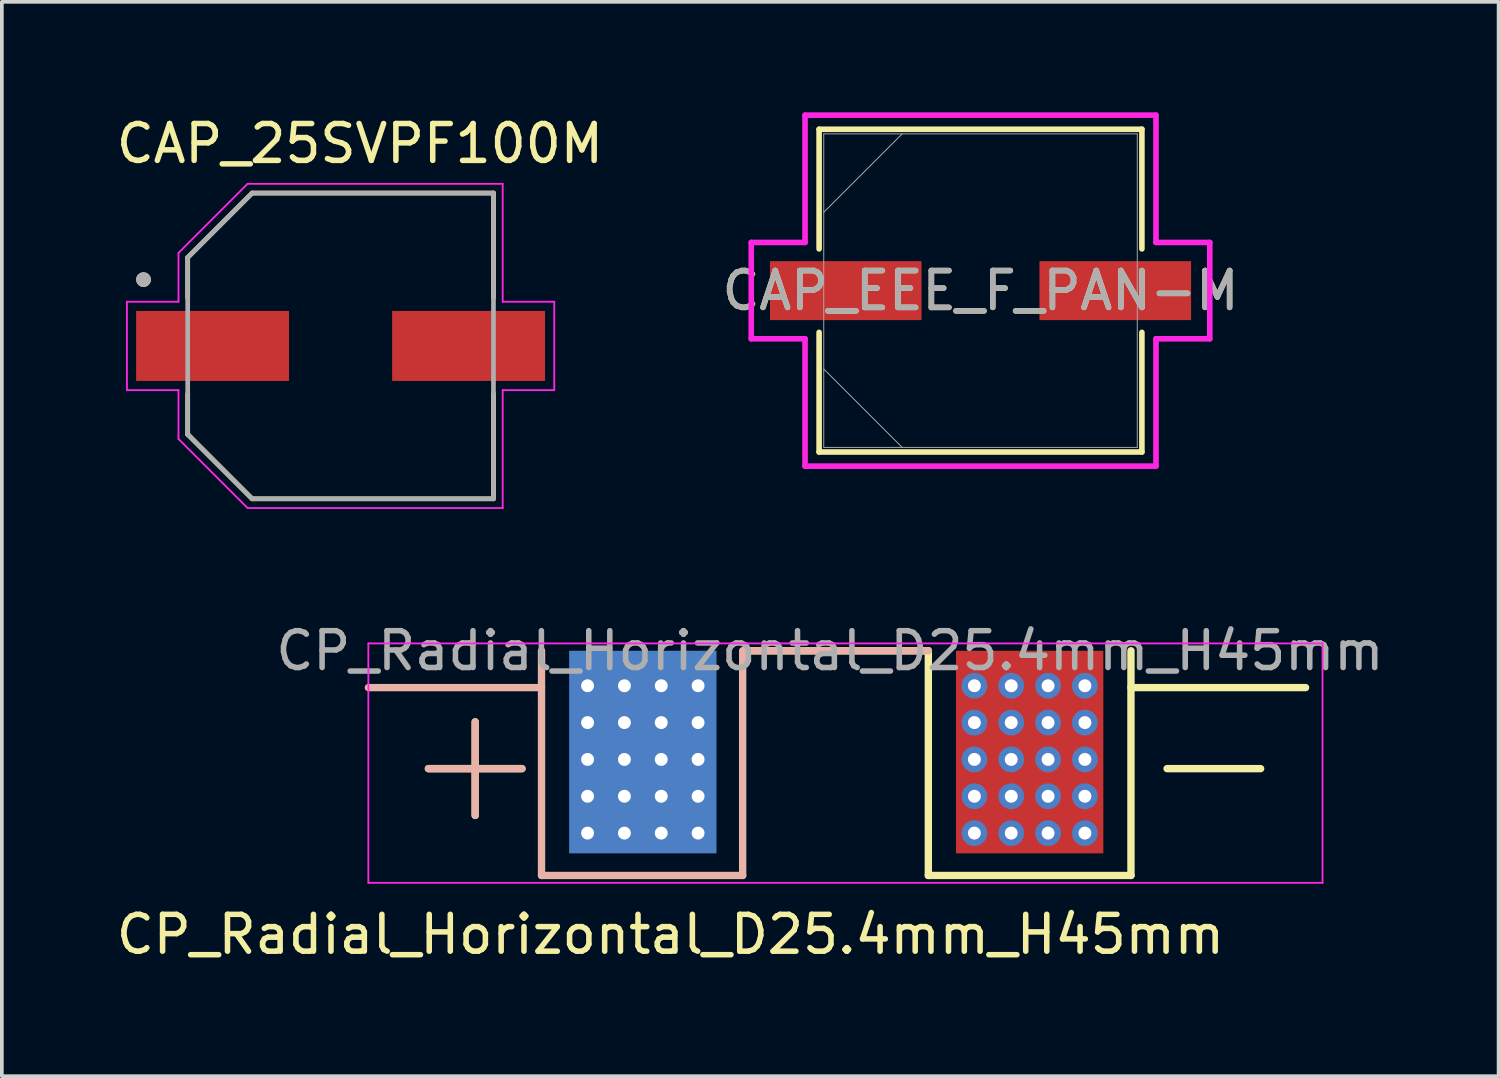
<source format=kicad_pcb>
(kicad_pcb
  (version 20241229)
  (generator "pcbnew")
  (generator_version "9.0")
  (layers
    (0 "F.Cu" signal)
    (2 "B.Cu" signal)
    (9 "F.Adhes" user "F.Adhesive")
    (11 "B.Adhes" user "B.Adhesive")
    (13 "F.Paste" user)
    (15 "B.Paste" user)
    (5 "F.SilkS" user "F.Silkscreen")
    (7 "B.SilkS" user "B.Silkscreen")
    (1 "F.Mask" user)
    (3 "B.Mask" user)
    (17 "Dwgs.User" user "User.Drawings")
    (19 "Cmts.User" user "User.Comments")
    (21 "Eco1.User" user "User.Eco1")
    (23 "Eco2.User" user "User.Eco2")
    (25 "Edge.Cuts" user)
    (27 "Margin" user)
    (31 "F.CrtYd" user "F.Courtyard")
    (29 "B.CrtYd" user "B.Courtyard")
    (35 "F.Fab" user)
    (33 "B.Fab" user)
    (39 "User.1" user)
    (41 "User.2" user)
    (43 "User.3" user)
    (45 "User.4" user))
  (footprint "CP_Radial_Horizontal_D25.4mm_H45mm"
    (layer "F.Cu")
    (at 19.649 14.414)
    (property "Reference" "CP_Radial_Horizontal_D25.4mm_H45mm" (at -4.5 7.9 0) (layer "F.SilkS") (effects (font (size 1 1) (thickness 0.15))))
    (attr through_hole)
    (fp_line (start -11.07 3.4) (end -8.53 3.4) (stroke (width 0.2) (type default)) (layer "F.SilkS"))
    (fp_line (start -9.8 2.13) (end -9.8 4.67) (stroke (width 0.2) (type default)) (layer "F.SilkS"))
    (fp_line (start -2.5 0.2) (end 2.5 0.2) (stroke (width 0.2) (type default)) (layer "F.SilkS"))
    (fp_line (start 2.5 0.2) (end 2.5 6.3) (stroke (width 0.2) (type default)) (layer "F.SilkS"))
    (fp_line (start 2.5 6.3) (end 8 6.3) (stroke (width 0.2) (type default)) (layer "F.SilkS"))
    (fp_line (start 8 0.2) (end 8 6.3) (stroke (width 0.2) (type default)) (layer "F.SilkS"))
    (fp_line (start 8 1.2) (end 12.74 1.2) (stroke (width 0.2) (type default)) (layer "F.SilkS"))
    (fp_line (start 11.52 3.4) (end 8.98 3.4) (stroke (width 0.2) (type default)) (layer "F.SilkS"))
    (fp_line (start -12.7 1.2) (end -8 1.2) (stroke (width 0.2) (type default)) (layer "B.SilkS"))
    (fp_line (start -11.07 3.4) (end -8.53 3.4) (stroke (width 0.2) (type default)) (layer "B.SilkS"))
    (fp_line (start -9.8 2.13) (end -9.8 4.67) (stroke (width 0.2) (type default)) (layer "B.SilkS"))
    (fp_line (start -8 0.2) (end -8 6.3) (stroke (width 0.2) (type default)) (layer "B.SilkS"))
    (fp_line (start -8 6.3) (end -2.54 6.3) (stroke (width 0.2) (type default)) (layer "B.SilkS"))
    (fp_line (start -2.54 0.2) (end -2.54 6.3) (stroke (width 0.2) (type default)) (layer "B.SilkS"))
    (fp_line (start -2.5 0.2) (end 2.5 0.2) (stroke (width 0.2) (type default)) (layer "B.SilkS"))
    (fp_line (start -12.7 0) (end -12.7 6.5) (stroke (width 0.05) (type default)) (layer "F.CrtYd"))
    (fp_line (start -12.7 6.5) (end 13.2 6.5) (stroke (width 0.05) (type default)) (layer "F.CrtYd"))
    (fp_line (start 13.2 0) (end -12.7 0) (stroke (width 0.05) (type default)) (layer "F.CrtYd"))
    (fp_line (start 13.2 6.5) (end 13.2 0) (stroke (width 0.05) (type default)) (layer "F.CrtYd"))
    (fp_line (start -8.2 0) (end -8.2 1) (stroke (width 0.1) (type default)) (layer "User.1"))
    (fp_line (start -8.2 1) (end -13.4 1) (stroke (width 0.1) (type default)) (layer "User.1"))
    (fp_line (start 8.2 0) (end -8.2 0) (stroke (width 0.1) (type default)) (layer "User.1"))
    (fp_line (start 8.2 0) (end 8.2 1) (stroke (width 0.1) (type default)) (layer "User.1"))
    (fp_line (start 13.4 1) (end 8.2 1) (stroke (width 0.1) (type default)) (layer "User.1"))
    (fp_text user "${REFERENCE}" (at -0.17 0.2 0) (layer "F.Fab") (effects (font (size 1 1) (thickness 0.15))))
    (pad "1" thru_hole circle (at -6.75 1.15) (size 0.7 0.7) (drill 0.35) (property pad_prop_heatsink) (layers "*.Cu"))
    (pad "1" thru_hole circle (at -6.75 2.15) (size 0.7 0.7) (drill 0.35) (property pad_prop_heatsink) (layers "*.Cu"))
    (pad "1" thru_hole circle (at -6.75 3.15) (size 0.7 0.7) (drill 0.35) (property pad_prop_heatsink) (layers "*.Cu"))
    (pad "1" thru_hole circle (at -6.75 4.15) (size 0.7 0.7) (drill 0.35) (property pad_prop_heatsink) (layers "*.Cu"))
    (pad "1" thru_hole circle (at -6.75 5.15) (size 0.7 0.7) (drill 0.35) (property pad_prop_heatsink) (layers "*.Cu"))
    (pad "1" thru_hole circle (at -5.75 1.15) (size 0.7 0.7) (drill 0.35) (property pad_prop_heatsink) (layers "*.Cu"))
    (pad "1" thru_hole circle (at -5.75 2.15) (size 0.7 0.7) (drill 0.35) (property pad_prop_heatsink) (layers "*.Cu"))
    (pad "1" thru_hole circle (at -5.75 3.15) (size 0.7 0.7) (drill 0.35) (property pad_prop_heatsink) (layers "*.Cu"))
    (pad "1" thru_hole circle (at -5.75 4.15) (size 0.7 0.7) (drill 0.35) (property pad_prop_heatsink) (layers "*.Cu"))
    (pad "1" thru_hole circle (at -5.75 5.15) (size 0.7 0.7) (drill 0.35) (property pad_prop_heatsink) (layers "*.Cu"))
    (pad "1" connect rect (at -5.25 2.95) (size 4 5.5) (layers "B.Cu" "B.Mask"))
    (pad "1" thru_hole circle (at -4.75 1.15) (size 0.7 0.7) (drill 0.35) (property pad_prop_heatsink) (layers "*.Cu"))
    (pad "1" thru_hole circle (at -4.75 2.15) (size 0.7 0.7) (drill 0.35) (property pad_prop_heatsink) (layers "*.Cu"))
    (pad "1" thru_hole circle (at -4.75 3.15) (size 0.7 0.7) (drill 0.35) (property pad_prop_heatsink) (layers "*.Cu"))
    (pad "1" thru_hole circle (at -4.75 4.15) (size 0.7 0.7) (drill 0.35) (property pad_prop_heatsink) (layers "*.Cu"))
    (pad "1" thru_hole circle (at -4.75 5.15) (size 0.7 0.7) (drill 0.35) (property pad_prop_heatsink) (layers "*.Cu"))
    (pad "1" thru_hole circle (at -3.75 1.15) (size 0.7 0.7) (drill 0.35) (property pad_prop_heatsink) (layers "*.Cu"))
    (pad "1" thru_hole circle (at -3.75 2.15) (size 0.7 0.7) (drill 0.35) (property pad_prop_heatsink) (layers "*.Cu"))
    (pad "1" thru_hole circle (at -3.75 3.15) (size 0.7 0.7) (drill 0.35) (property pad_prop_heatsink) (layers "*.Cu"))
    (pad "1" thru_hole circle (at -3.75 4.15) (size 0.7 0.7) (drill 0.35) (property pad_prop_heatsink) (layers "*.Cu"))
    (pad "1" thru_hole circle (at -3.75 5.15) (size 0.7 0.7) (drill 0.35) (property pad_prop_heatsink) (layers "*.Cu"))
    (pad "2" thru_hole circle (at 3.75 1.15) (size 0.7 0.7) (drill 0.35) (property pad_prop_heatsink) (layers "*.Cu"))
    (pad "2" thru_hole circle (at 3.75 2.15) (size 0.7 0.7) (drill 0.35) (property pad_prop_heatsink) (layers "*.Cu"))
    (pad "2" thru_hole circle (at 3.75 3.15) (size 0.7 0.7) (drill 0.35) (property pad_prop_heatsink) (layers "*.Cu"))
    (pad "2" thru_hole circle (at 3.75 4.15) (size 0.7 0.7) (drill 0.35) (property pad_prop_heatsink) (layers "*.Cu"))
    (pad "2" thru_hole circle (at 3.75 5.15) (size 0.7 0.7) (drill 0.35) (property pad_prop_heatsink) (layers "*.Cu"))
    (pad "2" thru_hole circle (at 4.75 1.15) (size 0.7 0.7) (drill 0.35) (property pad_prop_heatsink) (layers "*.Cu"))
    (pad "2" thru_hole circle (at 4.75 2.15) (size 0.7 0.7) (drill 0.35) (property pad_prop_heatsink) (layers "*.Cu"))
    (pad "2" thru_hole circle (at 4.75 3.15) (size 0.7 0.7) (drill 0.35) (property pad_prop_heatsink) (layers "*.Cu"))
    (pad "2" thru_hole circle (at 4.75 4.15) (size 0.7 0.7) (drill 0.35) (property pad_prop_heatsink) (layers "*.Cu"))
    (pad "2" thru_hole circle (at 4.75 5.15) (size 0.7 0.7) (drill 0.35) (property pad_prop_heatsink) (layers "*.Cu"))
    (pad "2" connect rect (at 5.25 2.95) (size 4 5.5) (layers "F.Cu" "F.Mask"))
    (pad "2" thru_hole circle (at 5.75 1.15) (size 0.7 0.7) (drill 0.35) (property pad_prop_heatsink) (layers "*.Cu"))
    (pad "2" thru_hole circle (at 5.75 2.15) (size 0.7 0.7) (drill 0.35) (property pad_prop_heatsink) (layers "*.Cu"))
    (pad "2" thru_hole circle (at 5.75 3.15) (size 0.7 0.7) (drill 0.35) (property pad_prop_heatsink) (layers "*.Cu"))
    (pad "2" thru_hole circle (at 5.75 4.15) (size 0.7 0.7) (drill 0.35) (property pad_prop_heatsink) (layers "*.Cu"))
    (pad "2" thru_hole circle (at 5.75 5.15) (size 0.7 0.7) (drill 0.35) (property pad_prop_heatsink) (layers "*.Cu"))
    (pad "2" thru_hole circle (at 6.75 1.15) (size 0.7 0.7) (drill 0.35) (property pad_prop_heatsink) (layers "*.Cu"))
    (pad "2" thru_hole circle (at 6.75 2.15) (size 0.7 0.7) (drill 0.35) (property pad_prop_heatsink) (layers "*.Cu"))
    (pad "2" thru_hole circle (at 6.75 3.15) (size 0.7 0.7) (drill 0.35) (property pad_prop_heatsink) (layers "*.Cu"))
    (pad "2" thru_hole circle (at 6.75 4.15) (size 0.7 0.7) (drill 0.35) (property pad_prop_heatsink) (layers "*.Cu"))
    (pad "2" thru_hole circle (at 6.75 5.15) (size 0.7 0.7) (drill 0.35) (property pad_prop_heatsink) (layers "*.Cu")))
  (footprint "CAP_EEE_F_PAN-M"
    (layer "F.Cu")
    (at 23.565 4.839)
    (property "Reference" "CAP_EEE_F_PAN-M" (at 0 0 0) (unlocked yes) (layer "F.SilkS") (effects (font (size 1 1) (thickness 0.15))))
    (attr smd)
    (fp_line (start -4.381 -4.381) (end -4.381 -1.133) (stroke (width 0.152) (type solid)) (layer "F.SilkS"))
    (fp_line (start -4.381 1.133) (end -4.381 4.381) (stroke (width 0.152) (type solid)) (layer "F.SilkS"))
    (fp_line (start -4.381 4.381) (end 4.381 4.381) (stroke (width 0.152) (type solid)) (layer "F.SilkS"))
    (fp_line (start 4.381 -4.381) (end -4.381 -4.381) (stroke (width 0.152) (type solid)) (layer "F.SilkS"))
    (fp_line (start 4.381 -1.133) (end 4.381 -4.381) (stroke (width 0.152) (type solid)) (layer "F.SilkS"))
    (fp_line (start 4.381 4.381) (end 4.381 1.133) (stroke (width 0.152) (type solid)) (layer "F.SilkS"))
    (fp_line (start -6.223 -1.308) (end -4.763 -1.308) (stroke (width 0.152) (type solid)) (layer "F.CrtYd"))
    (fp_line (start -6.223 1.308) (end -6.223 -1.308) (stroke (width 0.152) (type solid)) (layer "F.CrtYd"))
    (fp_line (start -4.763 -4.763) (end 4.763 -4.763) (stroke (width 0.152) (type solid)) (layer "F.CrtYd"))
    (fp_line (start -4.763 -1.308) (end -4.763 -4.763) (stroke (width 0.152) (type solid)) (layer "F.CrtYd"))
    (fp_line (start -4.763 1.308) (end -6.223 1.308) (stroke (width 0.152) (type solid)) (layer "F.CrtYd"))
    (fp_line (start -4.763 4.763) (end -4.763 1.308) (stroke (width 0.152) (type solid)) (layer "F.CrtYd"))
    (fp_line (start 4.763 -4.763) (end 4.763 -1.308) (stroke (width 0.152) (type solid)) (layer "F.CrtYd"))
    (fp_line (start 4.763 -1.308) (end 6.223 -1.308) (stroke (width 0.152) (type solid)) (layer "F.CrtYd"))
    (fp_line (start 4.763 1.308) (end 4.763 4.763) (stroke (width 0.152) (type solid)) (layer "F.CrtYd"))
    (fp_line (start 4.763 4.763) (end -4.763 4.763) (stroke (width 0.152) (type solid)) (layer "F.CrtYd"))
    (fp_line (start 6.223 -1.308) (end 6.223 1.308) (stroke (width 0.152) (type solid)) (layer "F.CrtYd"))
    (fp_line (start 6.223 1.308) (end 4.763 1.308) (stroke (width 0.152) (type solid)) (layer "F.CrtYd"))
    (fp_line (start -4.255 -4.255) (end -4.255 4.255) (stroke (width 0.025) (type solid)) (layer "F.Fab"))
    (fp_line (start -4.255 -2.127) (end -2.127 -4.255) (stroke (width 0.025) (type solid)) (layer "F.Fab"))
    (fp_line (start -4.255 2.127) (end -2.127 4.255) (stroke (width 0.025) (type solid)) (layer "F.Fab"))
    (fp_line (start -4.255 4.255) (end 4.255 4.255) (stroke (width 0.025) (type solid)) (layer "F.Fab"))
    (fp_line (start 4.255 -4.255) (end -4.255 -4.255) (stroke (width 0.025) (type solid)) (layer "F.Fab"))
    (fp_line (start 4.255 4.255) (end 4.255 -4.255) (stroke (width 0.025) (type solid)) (layer "F.Fab"))
    (fp_text user "${REFERENCE}" (at 0 0 0) (unlocked yes) (layer "F.Fab") (effects (font (size 1 1) (thickness 0.15))))
    (pad "1" smd rect (at -3.658 0) (size 4.115 1.6) (layers "F.Cu" "F.Mask" "F.Paste"))
    (pad "2" smd rect (at 3.658 0) (size 4.115 1.6) (layers "F.Cu" "F.Mask" "F.Paste"))
    (zone (net_name "") (layer "F.Cu") (hatch full 0.508) (connect_pads) (min_thickness 0.254) (filled_areas_thickness no) (keepout (tracks not_allowed) (vias not_allowed) (pads allowed) (copperpour not_allowed) (footprints allowed)) (placement (enabled no)) (fill) (polygon (pts (xy 19.362 0.635) (xy 27.769 0.635) (xy 27.769 3.988) (xy 19.362 3.988))))
    (zone (net_name "") (layer "F.Cu") (hatch full 0.508) (connect_pads) (min_thickness 0.254) (filled_areas_thickness no) (keepout (tracks not_allowed) (vias not_allowed) (pads allowed) (copperpour not_allowed) (footprints allowed)) (placement (enabled no)) (fill) (polygon (pts (xy 19.362 5.69) (xy 27.769 5.69) (xy 27.769 9.042) (xy 19.362 9.042))))
    (zone (net_name "") (layer "F.Cu") (hatch full 0.508) (connect_pads) (min_thickness 0.254) (filled_areas_thickness no) (keepout (tracks not_allowed) (vias not_allowed) (pads allowed) (copperpour not_allowed) (footprints allowed)) (placement (enabled no)) (fill) (polygon (pts (xy 22.016 3.988) (xy 25.115 3.988) (xy 25.115 5.69) (xy 22.016 5.69)))))
  (footprint "CAP_25SVPF100M"
    (layer "F.Cu")
    (at 6.195 6.34)
    (property "Reference" "CAP_25SVPF100M" (at 0.525 -5.492 0) (layer "F.SilkS") (effects (font (size 1 1) (thickness 0.15))))
    (attr smd)
    (fp_line (start -4.15 -2.4) (end -2.4 -4.15) (stroke (width 0.127) (type solid)) (layer "F.SilkS"))
    (fp_line (start -4.15 -1.3) (end -4.15 -2.4) (stroke (width 0.127) (type solid)) (layer "F.SilkS"))
    (fp_line (start -4.15 1.3) (end -4.15 2.4) (stroke (width 0.127) (type solid)) (layer "F.SilkS"))
    (fp_line (start -4.15 2.4) (end -2.4 4.15) (stroke (width 0.127) (type solid)) (layer "F.SilkS"))
    (fp_line (start -2.4 -4.15) (end 4.15 -4.15) (stroke (width 0.127) (type solid)) (layer "F.SilkS"))
    (fp_line (start -2.4 4.15) (end 4.15 4.15) (stroke (width 0.127) (type solid)) (layer "F.SilkS"))
    (fp_line (start 4.15 -4.15) (end 4.15 -1.3) (stroke (width 0.127) (type solid)) (layer "F.SilkS"))
    (fp_line (start 4.15 4.15) (end 4.15 1.3) (stroke (width 0.127) (type solid)) (layer "F.SilkS"))
    (fp_circle (center -5.35 -1.8) (end -5.25 -1.8) (stroke (width 0.2) (type solid)) (fill no) (layer "F.SilkS"))
    (fp_line (start -5.8 -1.2) (end -4.4 -1.2) (stroke (width 0.05) (type solid)) (layer "F.CrtYd"))
    (fp_line (start -5.8 1.2) (end -5.8 -1.2) (stroke (width 0.05) (type solid)) (layer "F.CrtYd"))
    (fp_line (start -4.4 -2.525) (end -2.525 -4.4) (stroke (width 0.05) (type solid)) (layer "F.CrtYd"))
    (fp_line (start -4.4 -1.2) (end -4.4 -2.525) (stroke (width 0.05) (type solid)) (layer "F.CrtYd"))
    (fp_line (start -4.4 1.2) (end -5.8 1.2) (stroke (width 0.05) (type solid)) (layer "F.CrtYd"))
    (fp_line (start -4.4 2.525) (end -4.4 1.2) (stroke (width 0.05) (type solid)) (layer "F.CrtYd"))
    (fp_line (start -2.525 -4.4) (end 4.4 -4.4) (stroke (width 0.05) (type solid)) (layer "F.CrtYd"))
    (fp_line (start -2.525 4.4) (end -4.4 2.525) (stroke (width 0.05) (type solid)) (layer "F.CrtYd"))
    (fp_line (start 4.4 -4.4) (end 4.4 -1.2) (stroke (width 0.05) (type solid)) (layer "F.CrtYd"))
    (fp_line (start 4.4 -1.2) (end 5.8 -1.2) (stroke (width 0.05) (type solid)) (layer "F.CrtYd"))
    (fp_line (start 4.4 1.2) (end 4.4 4.4) (stroke (width 0.05) (type solid)) (layer "F.CrtYd"))
    (fp_line (start 4.4 4.4) (end -2.525 4.4) (stroke (width 0.05) (type solid)) (layer "F.CrtYd"))
    (fp_line (start 5.8 -1.2) (end 5.8 1.2) (stroke (width 0.05) (type solid)) (layer "F.CrtYd"))
    (fp_line (start 5.8 1.2) (end 4.4 1.2) (stroke (width 0.05) (type solid)) (layer "F.CrtYd"))
    (fp_line (start -4.15 -2.4) (end -2.4 -4.15) (stroke (width 0.127) (type solid)) (layer "F.Fab"))
    (fp_line (start -4.15 2.4) (end -4.15 -2.4) (stroke (width 0.127) (type solid)) (layer "F.Fab"))
    (fp_line (start -2.4 -4.15) (end 4.15 -4.15) (stroke (width 0.127) (type solid)) (layer "F.Fab"))
    (fp_line (start -2.4 4.15) (end -4.15 2.4) (stroke (width 0.127) (type solid)) (layer "F.Fab"))
    (fp_line (start 4.15 -4.15) (end 4.15 4.15) (stroke (width 0.127) (type solid)) (layer "F.Fab"))
    (fp_line (start 4.15 4.15) (end -2.4 4.15) (stroke (width 0.127) (type solid)) (layer "F.Fab"))
    (fp_circle (center -5.35 -1.8) (end -5.25 -1.8) (stroke (width 0.2) (type solid)) (fill no) (layer "F.Fab"))
    (pad "1" smd rect (at -3.475 0) (size 4.15 1.9) (layers "F.Cu" "F.Mask" "F.Paste"))
    (pad "2" smd rect (at 3.475 0) (size 4.15 1.9) (layers "F.Cu" "F.Mask" "F.Paste")))
  (gr_rect
    (start -3 -3)
    (end 37.628 26.162)
    (stroke (width 0.1) (type default))
    (fill no)
    (layer "Edge.Cuts")))
</source>
